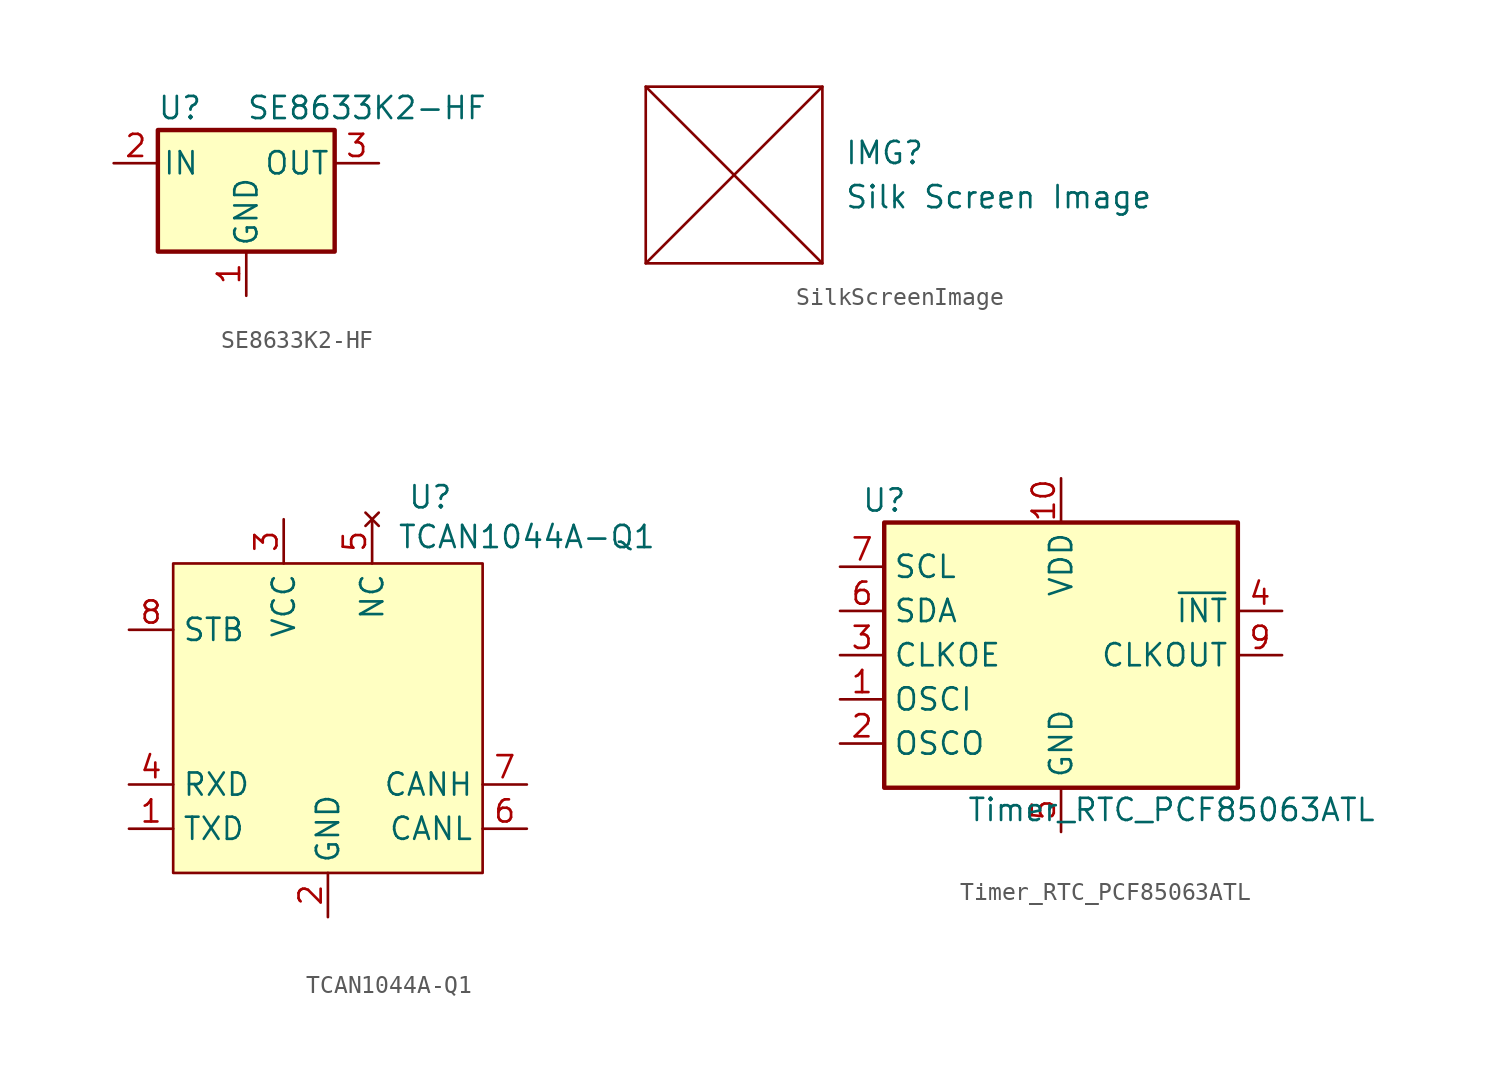
<source format=kicad_sym>
(kicad_symbol_lib
  (version 20241209)
  (generator "kicad_symbol_editor")
  (generator_version "9.0")
  (symbol "SE8633K2-HF"
    (pin_names
      (offset 0.254))
    (property "Reference" "U"
      (at -3.81 3.175 0)
      (effects (font (size 1.27 1.27))))
    (property "Value" "SE8633K2-HF"
      (at 0 3.175 0)
      (effects (font (size 1.27 1.27)) (justify left)))
    (symbol "SE8633K2-HF_0_1"
      (rectangle (start -5.08 1.905) (end 5.08 -5.08) (stroke (width 0.254) (type default)) (fill (type background))))
    (symbol "SE8633K2-HF_1_1"
      (pin power_in line (at -7.62 0 0) (length 2.54) (name "IN" (effects (font (size 1.27 1.27)))) (number "2" (effects (font (size 1.27 1.27)))))
      (pin power_in line (at 0 -7.62 90) (length 2.54) (name "GND" (effects (font (size 1.27 1.27)))) (number "1" (effects (font (size 1.27 1.27)))))
      (pin power_out line (at 7.62 0 180) (length 2.54) (name "OUT" (effects (font (size 1.27 1.27)))) (number "3" (effects (font (size 1.27 1.27)))))))
  (symbol "SilkScreenImage"
    (property "Reference" "IMG"
      (at 6.35 -1.27 0)
      (effects (font (size 1.27 1.27)) (justify left)))
    (property "Value" "Silk Screen Image"
      (at 6.35 -3.81 0)
      (effects (font (size 1.27 1.27)) (justify left)))
    (symbol "SilkScreenImage_0_1"
      (rectangle (start -5.08 2.54) (end 5.08 -7.62) (stroke (width 0) (type default)) (fill (type none)))
      (polyline (pts (xy -5.08 2.54) (xy 5.08 -7.62)) (stroke (width 0) (type default)) (fill (type none)))
      (polyline (pts (xy 5.08 2.54) (xy -5.08 -7.62)) (stroke (width 0) (type default)) (fill (type none)))))
  (symbol "TCAN1044A-Q1"
    (property "Reference" "U"
      (at 4.572 12.7 0)
      (effects (font (size 1.27 1.27)) (justify left)))
    (property "Value" "TCAN1044A-Q1"
      (at 11.43 10.414 0)
      (effects (font (size 1.27 1.27))))
    (symbol "TCAN1044A-Q1_1_1"
      (rectangle (start -8.89 8.89) (end 8.89 -8.89) (stroke (width 0) (type default)) (fill (type background)))
      (pin input line (at -11.43 5.08 0) (length 2.54) (name "STB" (effects (font (size 1.27 1.27)))) (number "8" (effects (font (size 1.27 1.27)))))
      (pin output line (at -11.43 -3.81 0) (length 2.54) (name "RXD" (effects (font (size 1.27 1.27)))) (number "4" (effects (font (size 1.27 1.27)))))
      (pin input line (at -11.43 -6.35 0) (length 2.54) (name "TXD" (effects (font (size 1.27 1.27)))) (number "1" (effects (font (size 1.27 1.27)))))
      (pin power_in line (at -2.54 11.43 270) (length 2.54) (name "VCC" (effects (font (size 1.27 1.27)))) (number "3" (effects (font (size 1.27 1.27)))))
      (pin power_in line (at 0 -11.43 90) (length 2.54) (name "GND" (effects (font (size 1.27 1.27)))) (number "2" (effects (font (size 1.27 1.27)))))
      (pin no_connect line (at 2.54 11.43 270) (length 2.54) (name "NC" (effects (font (size 1.27 1.27)))) (number "5" (effects (font (size 1.27 1.27)))))
      (pin bidirectional line (at 11.43 -3.81 180) (length 2.54) (name "CANH" (effects (font (size 1.27 1.27)))) (number "7" (effects (font (size 1.27 1.27)))))
      (pin bidirectional line (at 11.43 -6.35 180) (length 2.54) (name "CANL" (effects (font (size 1.27 1.27)))) (number "6" (effects (font (size 1.27 1.27)))))))
  (symbol "Timer_RTC_PCF85063ATL"
    (property "Reference" "U"
      (at -10.16 8.89 0)
      (effects (font (size 1.27 1.27))))
    (property "Value" "Timer_RTC_PCF85063ATL"
      (at 6.35 -8.89 0)
      (effects (font (size 1.27 1.27))))
    (symbol "Timer_RTC_PCF85063ATL_0_1"
      (rectangle (start -10.16 7.62) (end 10.16 -7.62) (stroke (width 0.254) (type default)) (fill (type background))))
    (symbol "Timer_RTC_PCF85063ATL_1_1"
      (pin input line (at -12.7 5.08 0) (length 2.54) (name "SCL" (effects (font (size 1.27 1.27)))) (number "7" (effects (font (size 1.27 1.27)))))
      (pin bidirectional line (at -12.7 2.54 0) (length 2.54) (name "SDA" (effects (font (size 1.27 1.27)))) (number "6" (effects (font (size 1.27 1.27)))))
      (pin input line (at -12.7 0 0) (length 2.54) (name "CLKOE" (effects (font (size 1.27 1.27)))) (number "3" (effects (font (size 1.27 1.27)))))
      (pin input line (at -12.7 -2.54 0) (length 2.54) (name "OSCI" (effects (font (size 1.27 1.27)))) (number "1" (effects (font (size 1.27 1.27)))))
      (pin output line (at -12.7 -5.08 0) (length 2.54) (name "OSCO" (effects (font (size 1.27 1.27)))) (number "2" (effects (font (size 1.27 1.27)))))
      (pin power_in line (at 0 10.16 270) (length 2.54) (name "VDD" (effects (font (size 1.27 1.27)))) (number "10" (effects (font (size 1.27 1.27)))))
      (pin power_in line (at 0 -10.16 90) (length 2.54) (hide yes) (name "GND" (effects (font (size 1.27 1.27)))) (number "11" (effects (font (size 1.27 1.27)))))
      (pin power_in line (at 0 -10.16 90) (length 2.54) (name "GND" (effects (font (size 1.27 1.27)))) (number "5" (effects (font (size 1.27 1.27)))))
      (pin no_connect line (at 12.7 5.08 180) (length 2.54) (hide yes) (name "NC" (effects (font (size 1.27 1.27)))) (number "8" (effects (font (size 1.27 1.27)))))
      (pin output line (at 12.7 2.54 180) (length 2.54) (name "~{INT}" (effects (font (size 1.27 1.27)))) (number "4" (effects (font (size 1.27 1.27)))))
      (pin output line (at 12.7 0 180) (length 2.54) (name "CLKOUT" (effects (font (size 1.27 1.27)))) (number "9" (effects (font (size 1.27 1.27))))))))
</source>
